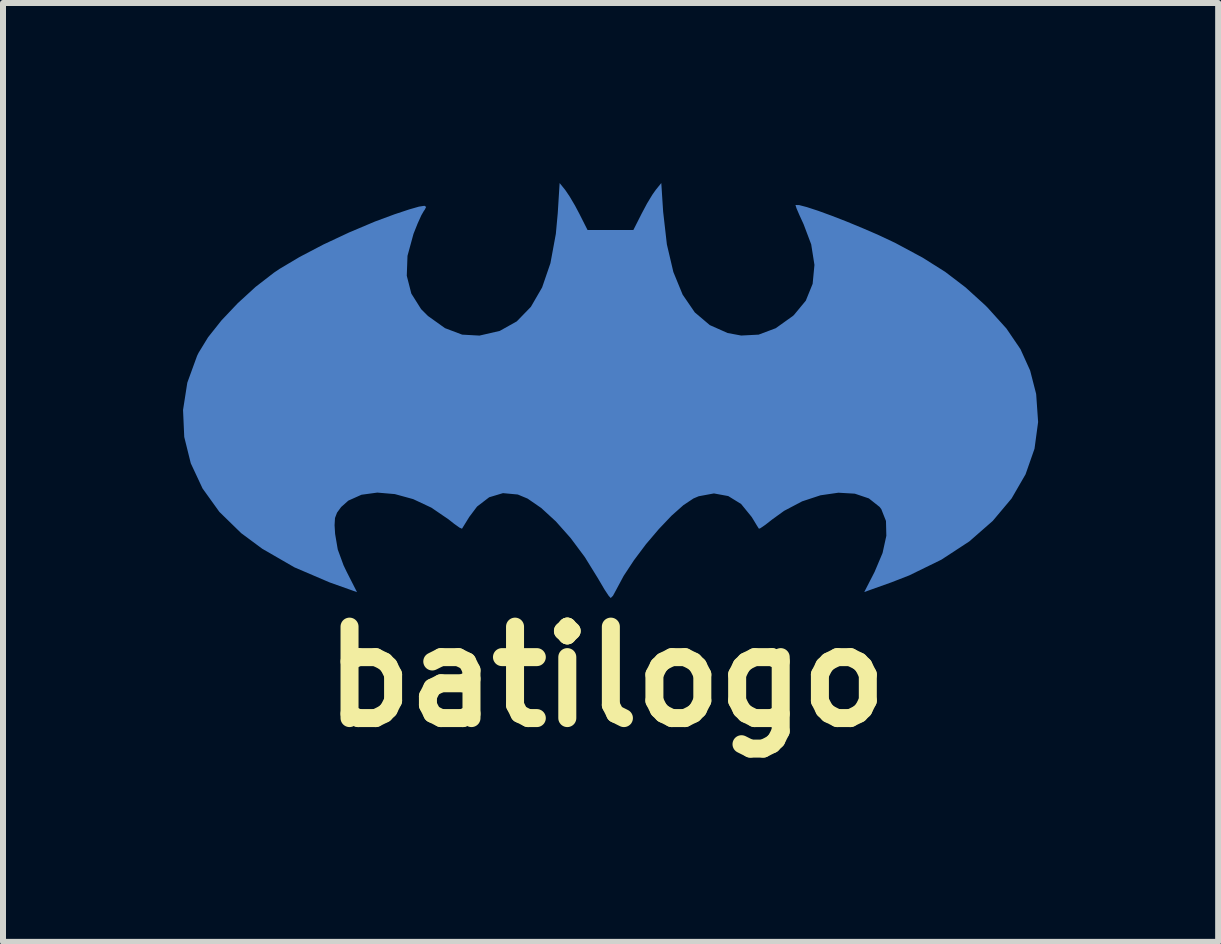
<source format=kicad_pcb>
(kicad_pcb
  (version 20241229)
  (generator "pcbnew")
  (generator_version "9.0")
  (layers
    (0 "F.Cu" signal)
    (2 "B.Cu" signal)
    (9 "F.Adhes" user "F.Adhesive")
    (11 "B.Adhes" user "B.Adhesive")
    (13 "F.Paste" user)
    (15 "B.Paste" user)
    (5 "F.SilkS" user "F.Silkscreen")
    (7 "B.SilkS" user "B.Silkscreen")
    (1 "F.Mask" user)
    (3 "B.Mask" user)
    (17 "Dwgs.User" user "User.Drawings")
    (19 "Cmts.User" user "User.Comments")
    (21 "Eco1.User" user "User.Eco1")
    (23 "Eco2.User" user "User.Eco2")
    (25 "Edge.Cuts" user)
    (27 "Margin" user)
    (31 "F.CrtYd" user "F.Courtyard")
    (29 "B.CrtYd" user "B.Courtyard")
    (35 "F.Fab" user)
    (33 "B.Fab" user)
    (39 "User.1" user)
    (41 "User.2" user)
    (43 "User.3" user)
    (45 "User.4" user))
  (footprint "batilogo"
    (layer "F.Cu")
    (at 7.026 3.466)
    (property "Reference" "batilogo" (at 0.03 4.76 0) (layer "F.SilkS") (effects (font (size 1.524 1.524) (thickness 0.3))))
    (attr board_only exclude_from_pos_files exclude_from_bom)
    (fp_poly (pts (xy 0.974 -2.988) (xy 1.036 -2.444) (xy 1.144 -1.984) (xy 1.299 -1.606) (xy 1.501 -1.311) (xy 1.751 -1.099) (xy 2.048 -0.967) (xy 2.274 -0.925) (xy 2.565 -0.94) (xy 2.85 -1.047) (xy 3.133 -1.249) (xy 3.154 -1.268) (xy 3.351 -1.506) (xy 3.465 -1.787) (xy 3.495 -2.102) (xy 3.441 -2.444) (xy 3.315 -2.778) (xy 3.245 -2.931) (xy 3.196 -3.045) (xy 3.179 -3.099) (xy 3.18 -3.1) (xy 3.239 -3.099) (xy 3.369 -3.065) (xy 3.556 -3.004) (xy 3.783 -2.921) (xy 4.035 -2.823) (xy 4.296 -2.715) (xy 4.551 -2.605) (xy 4.783 -2.496) (xy 4.851 -2.463) (xy 5.296 -2.224) (xy 5.674 -1.986) (xy 6.012 -1.728) (xy 6.337 -1.433) (xy 6.378 -1.392) (xy 6.694 -1.042) (xy 6.928 -0.698) (xy 7.089 -0.342) (xy 7.188 0.043) (xy 7.19 0.057) (xy 7.222 0.516) (xy 7.162 0.961) (xy 7.013 1.387) (xy 6.78 1.79) (xy 6.466 2.164) (xy 6.075 2.506) (xy 5.61 2.81) (xy 5.074 3.072) (xy 4.779 3.187) (xy 4.325 3.349) (xy 4.497 3.014) (xy 4.63 2.699) (xy 4.693 2.412) (xy 4.687 2.165) (xy 4.609 1.968) (xy 4.581 1.931) (xy 4.402 1.789) (xy 4.168 1.71) (xy 3.894 1.694) (xy 3.596 1.737) (xy 3.29 1.838) (xy 2.99 1.996) (xy 2.792 2.139) (xy 2.677 2.229) (xy 2.595 2.285) (xy 2.57 2.294) (xy 2.539 2.246) (xy 2.478 2.145) (xy 2.449 2.098) (xy 2.273 1.882) (xy 2.059 1.75) (xy 1.82 1.706) (xy 1.566 1.753) (xy 1.479 1.79) (xy 1.313 1.9) (xy 1.115 2.076) (xy 0.902 2.3) (xy 0.687 2.553) (xy 0.487 2.82) (xy 0.316 3.08) (xy 0.189 3.317) (xy 0.188 3.319) (xy 0.138 3.411) (xy 0.1 3.449) (xy 0.1 3.449) (xy 0.065 3.41) (xy -0.003 3.307) (xy -0.09 3.159) (xy -0.116 3.115) (xy -0.331 2.767) (xy -0.568 2.449) (xy -0.814 2.172) (xy -1.057 1.949) (xy -1.285 1.792) (xy -1.448 1.724) (xy -1.695 1.701) (xy -1.925 1.77) (xy -2.127 1.925) (xy -2.257 2.098) (xy -2.326 2.21) (xy -2.371 2.283) (xy -2.378 2.294) (xy -2.419 2.276) (xy -2.51 2.211) (xy -2.601 2.139) (xy -2.888 1.943) (xy -3.191 1.801) (xy -3.497 1.717) (xy -3.789 1.692) (xy -4.053 1.728) (xy -4.272 1.826) (xy -4.391 1.932) (xy -4.46 2.026) (xy -4.494 2.115) (xy -4.501 2.236) (xy -4.492 2.381) (xy -4.448 2.64) (xy -4.351 2.905) (xy -4.298 3.015) (xy -4.127 3.351) (xy -4.585 3.188) (xy -5.169 2.938) (xy -5.706 2.628) (xy -6.057 2.368) (xy -6.421 2.013) (xy -6.701 1.623) (xy -6.897 1.204) (xy -7.006 0.765) (xy -7.026 0.315) (xy -6.955 -0.139) (xy -6.792 -0.587) (xy -6.767 -0.638) (xy -6.609 -0.896) (xy -6.385 -1.178) (xy -6.114 -1.464) (xy -5.817 -1.736) (xy -5.512 -1.972) (xy -5.417 -2.036) (xy -5.084 -2.234) (xy -4.687 -2.442) (xy -4.258 -2.643) (xy -3.827 -2.825) (xy -3.503 -2.945) (xy -3.259 -3.026) (xy -3.095 -3.073) (xy -3.003 -3.087) (xy -2.975 -3.068) (xy -3.001 -3.017) (xy -3.011 -3.005) (xy -3.055 -2.929) (xy -3.117 -2.792) (xy -3.184 -2.624) (xy -3.186 -2.619) (xy -3.286 -2.253) (xy -3.298 -1.921) (xy -3.222 -1.624) (xy -3.059 -1.365) (xy -2.945 -1.251) (xy -2.661 -1.048) (xy -2.375 -0.94) (xy -2.084 -0.924) (xy -2.083 -0.925) (xy -1.749 -1.002) (xy -1.465 -1.161) (xy -1.23 -1.403) (xy -1.043 -1.726) (xy -0.904 -2.131) (xy -0.814 -2.619) (xy -0.782 -2.967) (xy -0.751 -3.466) (xy -0.658 -3.351) (xy -0.586 -3.245) (xy -0.495 -3.091) (xy -0.425 -2.959) (xy -0.286 -2.684) (xy 0.478 -2.684) (xy 0.617 -2.959) (xy 0.706 -3.126) (xy 0.795 -3.273) (xy 0.85 -3.351) (xy 0.943 -3.466)) (stroke (width 0) (type solid)) (fill yes) (layer "B.Cu")))
  (gr_rect
    (start -3 -3)
    (end 17.248 12.644)
    (stroke (width 0.1) (type default))
    (fill no)
    (layer "Edge.Cuts")))
</source>
